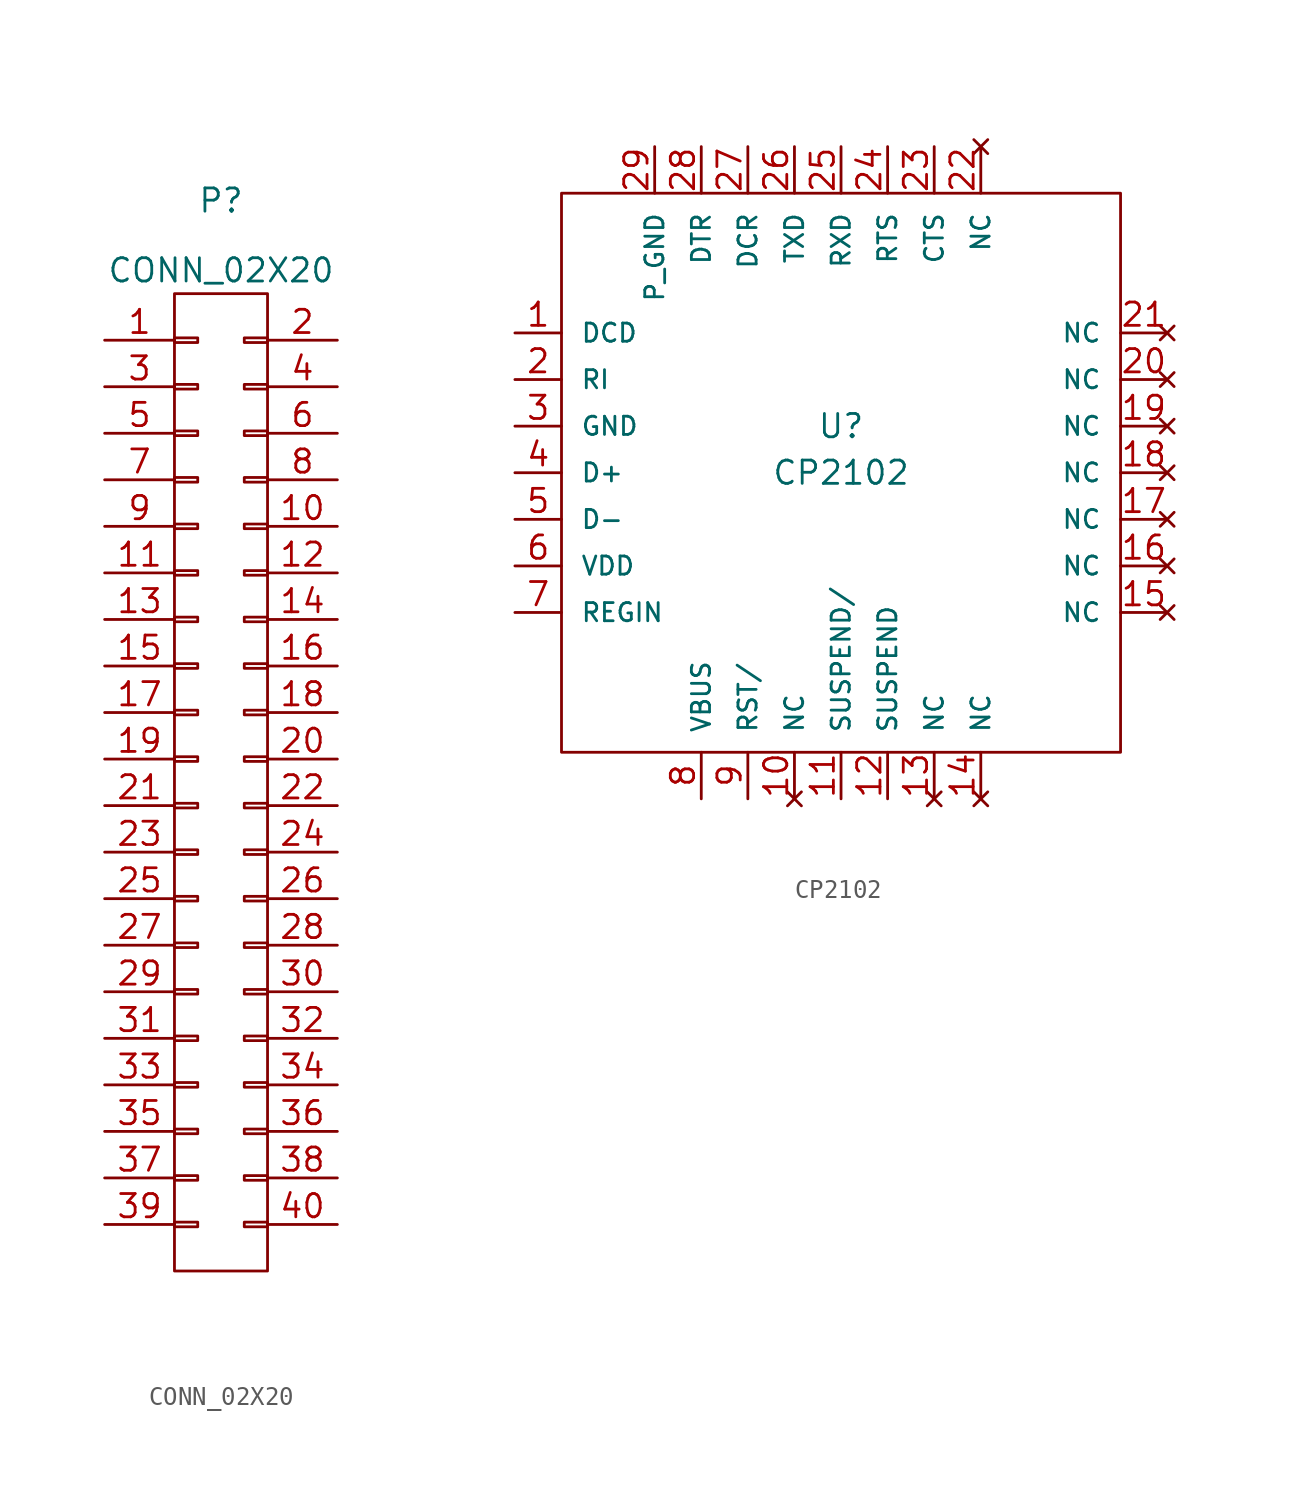
<source format=kicad_sym>
(kicad_symbol_lib
  (version 20211014)
  (generator kicad_symbol_editor)
  (symbol "CONN_02X20"
    (pin_names
      (offset 1.016))
    (property "Reference" "P"
      (at 0 31.75 0)
      (effects (font (size 1.27 1.27))))
    (property "Value" "CONN_02X20"
      (at 0 27.94 0)
      (effects (font (size 1.27 1.27))))
    (symbol "CONN_02X20_1_1"
      (rectangle (start -2.54 -24.003) (end -1.27 -24.257) (stroke (width 0) (type default) (color 0 0 0 0)) (fill (type none)))
      (rectangle (start -2.54 -21.463) (end -1.27 -21.717) (stroke (width 0) (type default) (color 0 0 0 0)) (fill (type none)))
      (rectangle (start -2.54 -18.923) (end -1.27 -19.177) (stroke (width 0) (type default) (color 0 0 0 0)) (fill (type none)))
      (rectangle (start -2.54 -16.383) (end -1.27 -16.637) (stroke (width 0) (type default) (color 0 0 0 0)) (fill (type none)))
      (rectangle (start -2.54 -13.843) (end -1.27 -14.097) (stroke (width 0) (type default) (color 0 0 0 0)) (fill (type none)))
      (rectangle (start -2.54 -11.303) (end -1.27 -11.557) (stroke (width 0) (type default) (color 0 0 0 0)) (fill (type none)))
      (rectangle (start -2.54 -8.763) (end -1.27 -9.017) (stroke (width 0) (type default) (color 0 0 0 0)) (fill (type none)))
      (rectangle (start -2.54 -6.223) (end -1.27 -6.477) (stroke (width 0) (type default) (color 0 0 0 0)) (fill (type none)))
      (rectangle (start -2.54 -3.683) (end -1.27 -3.937) (stroke (width 0) (type default) (color 0 0 0 0)) (fill (type none)))
      (rectangle (start -2.54 -1.143) (end -1.27 -1.397) (stroke (width 0) (type default) (color 0 0 0 0)) (fill (type none)))
      (rectangle (start -2.54 1.397) (end -1.27 1.143) (stroke (width 0) (type default) (color 0 0 0 0)) (fill (type none)))
      (rectangle (start -2.54 3.937) (end -1.27 3.683) (stroke (width 0) (type default) (color 0 0 0 0)) (fill (type none)))
      (rectangle (start -2.54 6.477) (end -1.27 6.223) (stroke (width 0) (type default) (color 0 0 0 0)) (fill (type none)))
      (rectangle (start -2.54 9.017) (end -1.27 8.763) (stroke (width 0) (type default) (color 0 0 0 0)) (fill (type none)))
      (rectangle (start -2.54 11.557) (end -1.27 11.303) (stroke (width 0) (type default) (color 0 0 0 0)) (fill (type none)))
      (rectangle (start -2.54 14.097) (end -1.27 13.843) (stroke (width 0) (type default) (color 0 0 0 0)) (fill (type none)))
      (rectangle (start -2.54 16.637) (end -1.27 16.383) (stroke (width 0) (type default) (color 0 0 0 0)) (fill (type none)))
      (rectangle (start -2.54 19.177) (end -1.27 18.923) (stroke (width 0) (type default) (color 0 0 0 0)) (fill (type none)))
      (rectangle (start -2.54 21.717) (end -1.27 21.463) (stroke (width 0) (type default) (color 0 0 0 0)) (fill (type none)))
      (rectangle (start -2.54 24.257) (end -1.27 24.003) (stroke (width 0) (type default) (color 0 0 0 0)) (fill (type none)))
      (rectangle (start -2.54 26.67) (end 2.54 -26.67) (stroke (width 0) (type default) (color 0 0 0 0)) (fill (type none)))
      (rectangle (start 1.27 14.097) (end 2.54 13.843) (stroke (width 0) (type default) (color 0 0 0 0)) (fill (type none)))
      (rectangle (start 1.27 16.637) (end 2.54 16.383) (stroke (width 0) (type default) (color 0 0 0 0)) (fill (type none)))
      (rectangle (start 1.27 19.177) (end 2.54 18.923) (stroke (width 0) (type default) (color 0 0 0 0)) (fill (type none)))
      (rectangle (start 1.27 21.717) (end 2.54 21.463) (stroke (width 0) (type default) (color 0 0 0 0)) (fill (type none)))
      (rectangle (start 1.27 24.257) (end 2.54 24.003) (stroke (width 0) (type default) (color 0 0 0 0)) (fill (type none)))
      (rectangle (start 2.54 -24.257) (end 1.27 -24.003) (stroke (width 0) (type default) (color 0 0 0 0)) (fill (type none)))
      (rectangle (start 2.54 -21.717) (end 1.27 -21.463) (stroke (width 0) (type default) (color 0 0 0 0)) (fill (type none)))
      (rectangle (start 2.54 -19.177) (end 1.27 -18.923) (stroke (width 0) (type default) (color 0 0 0 0)) (fill (type none)))
      (rectangle (start 2.54 -16.637) (end 1.27 -16.383) (stroke (width 0) (type default) (color 0 0 0 0)) (fill (type none)))
      (rectangle (start 2.54 -14.097) (end 1.27 -13.843) (stroke (width 0) (type default) (color 0 0 0 0)) (fill (type none)))
      (rectangle (start 2.54 -11.557) (end 1.27 -11.303) (stroke (width 0) (type default) (color 0 0 0 0)) (fill (type none)))
      (rectangle (start 2.54 -9.017) (end 1.27 -8.763) (stroke (width 0) (type default) (color 0 0 0 0)) (fill (type none)))
      (rectangle (start 2.54 -6.477) (end 1.27 -6.223) (stroke (width 0) (type default) (color 0 0 0 0)) (fill (type none)))
      (rectangle (start 2.54 -3.937) (end 1.27 -3.683) (stroke (width 0) (type default) (color 0 0 0 0)) (fill (type none)))
      (rectangle (start 2.54 -1.397) (end 1.27 -1.143) (stroke (width 0) (type default) (color 0 0 0 0)) (fill (type none)))
      (rectangle (start 2.54 1.143) (end 1.27 1.397) (stroke (width 0) (type default) (color 0 0 0 0)) (fill (type none)))
      (rectangle (start 2.54 3.683) (end 1.27 3.937) (stroke (width 0) (type default) (color 0 0 0 0)) (fill (type none)))
      (rectangle (start 2.54 6.223) (end 1.27 6.477) (stroke (width 0) (type default) (color 0 0 0 0)) (fill (type none)))
      (rectangle (start 2.54 8.763) (end 1.27 9.017) (stroke (width 0) (type default) (color 0 0 0 0)) (fill (type none)))
      (rectangle (start 2.54 11.303) (end 1.27 11.557) (stroke (width 0) (type default) (color 0 0 0 0)) (fill (type none)))
      (pin passive line (at -6.35 24.13 0) (length 3.81) (name "~" (effects (font (size 1.27 1.27)))) (number "1" (effects (font (size 1.27 1.27)))))
      (pin passive line (at 6.35 13.97 180) (length 3.81) (name "~" (effects (font (size 1.27 1.27)))) (number "10" (effects (font (size 1.27 1.27)))))
      (pin passive line (at -6.35 11.43 0) (length 3.81) (name "~" (effects (font (size 1.27 1.27)))) (number "11" (effects (font (size 1.27 1.27)))))
      (pin passive line (at 6.35 11.43 180) (length 3.81) (name "~" (effects (font (size 1.27 1.27)))) (number "12" (effects (font (size 1.27 1.27)))))
      (pin passive line (at -6.35 8.89 0) (length 3.81) (name "~" (effects (font (size 1.27 1.27)))) (number "13" (effects (font (size 1.27 1.27)))))
      (pin passive line (at 6.35 8.89 180) (length 3.81) (name "~" (effects (font (size 1.27 1.27)))) (number "14" (effects (font (size 1.27 1.27)))))
      (pin passive line (at -6.35 6.35 0) (length 3.81) (name "~" (effects (font (size 1.27 1.27)))) (number "15" (effects (font (size 1.27 1.27)))))
      (pin passive line (at 6.35 6.35 180) (length 3.81) (name "~" (effects (font (size 1.27 1.27)))) (number "16" (effects (font (size 1.27 1.27)))))
      (pin passive line (at -6.35 3.81 0) (length 3.81) (name "~" (effects (font (size 1.27 1.27)))) (number "17" (effects (font (size 1.27 1.27)))))
      (pin passive line (at 6.35 3.81 180) (length 3.81) (name "~" (effects (font (size 1.27 1.27)))) (number "18" (effects (font (size 1.27 1.27)))))
      (pin passive line (at -6.35 1.27 0) (length 3.81) (name "~" (effects (font (size 1.27 1.27)))) (number "19" (effects (font (size 1.27 1.27)))))
      (pin passive line (at 6.35 24.13 180) (length 3.81) (name "~" (effects (font (size 1.27 1.27)))) (number "2" (effects (font (size 1.27 1.27)))))
      (pin passive line (at 6.35 1.27 180) (length 3.81) (name "~" (effects (font (size 1.27 1.27)))) (number "20" (effects (font (size 1.27 1.27)))))
      (pin passive line (at -6.35 -1.27 0) (length 3.81) (name "~" (effects (font (size 1.27 1.27)))) (number "21" (effects (font (size 1.27 1.27)))))
      (pin passive line (at 6.35 -1.27 180) (length 3.81) (name "~" (effects (font (size 1.27 1.27)))) (number "22" (effects (font (size 1.27 1.27)))))
      (pin passive line (at -6.35 -3.81 0) (length 3.81) (name "~" (effects (font (size 1.27 1.27)))) (number "23" (effects (font (size 1.27 1.27)))))
      (pin passive line (at 6.35 -3.81 180) (length 3.81) (name "~" (effects (font (size 1.27 1.27)))) (number "24" (effects (font (size 1.27 1.27)))))
      (pin passive line (at -6.35 -6.35 0) (length 3.81) (name "~" (effects (font (size 1.27 1.27)))) (number "25" (effects (font (size 1.27 1.27)))))
      (pin passive line (at 6.35 -6.35 180) (length 3.81) (name "~" (effects (font (size 1.27 1.27)))) (number "26" (effects (font (size 1.27 1.27)))))
      (pin passive line (at -6.35 -8.89 0) (length 3.81) (name "~" (effects (font (size 1.27 1.27)))) (number "27" (effects (font (size 1.27 1.27)))))
      (pin passive line (at 6.35 -8.89 180) (length 3.81) (name "~" (effects (font (size 1.27 1.27)))) (number "28" (effects (font (size 1.27 1.27)))))
      (pin passive line (at -6.35 -11.43 0) (length 3.81) (name "~" (effects (font (size 1.27 1.27)))) (number "29" (effects (font (size 1.27 1.27)))))
      (pin passive line (at -6.35 21.59 0) (length 3.81) (name "~" (effects (font (size 1.27 1.27)))) (number "3" (effects (font (size 1.27 1.27)))))
      (pin passive line (at 6.35 -11.43 180) (length 3.81) (name "~" (effects (font (size 1.27 1.27)))) (number "30" (effects (font (size 1.27 1.27)))))
      (pin passive line (at -6.35 -13.97 0) (length 3.81) (name "~" (effects (font (size 1.27 1.27)))) (number "31" (effects (font (size 1.27 1.27)))))
      (pin passive line (at 6.35 -13.97 180) (length 3.81) (name "~" (effects (font (size 1.27 1.27)))) (number "32" (effects (font (size 1.27 1.27)))))
      (pin passive line (at -6.35 -16.51 0) (length 3.81) (name "~" (effects (font (size 1.27 1.27)))) (number "33" (effects (font (size 1.27 1.27)))))
      (pin passive line (at 6.35 -16.51 180) (length 3.81) (name "~" (effects (font (size 1.27 1.27)))) (number "34" (effects (font (size 1.27 1.27)))))
      (pin passive line (at -6.35 -19.05 0) (length 3.81) (name "~" (effects (font (size 1.27 1.27)))) (number "35" (effects (font (size 1.27 1.27)))))
      (pin passive line (at 6.35 -19.05 180) (length 3.81) (name "~" (effects (font (size 1.27 1.27)))) (number "36" (effects (font (size 1.27 1.27)))))
      (pin passive line (at -6.35 -21.59 0) (length 3.81) (name "~" (effects (font (size 1.27 1.27)))) (number "37" (effects (font (size 1.27 1.27)))))
      (pin passive line (at 6.35 -21.59 180) (length 3.81) (name "~" (effects (font (size 1.27 1.27)))) (number "38" (effects (font (size 1.27 1.27)))))
      (pin passive line (at -6.35 -24.13 0) (length 3.81) (name "~" (effects (font (size 1.27 1.27)))) (number "39" (effects (font (size 1.27 1.27)))))
      (pin passive line (at 6.35 21.59 180) (length 3.81) (name "~" (effects (font (size 1.27 1.27)))) (number "4" (effects (font (size 1.27 1.27)))))
      (pin passive line (at 6.35 -24.13 180) (length 3.81) (name "~" (effects (font (size 1.27 1.27)))) (number "40" (effects (font (size 1.27 1.27)))))
      (pin passive line (at -6.35 19.05 0) (length 3.81) (name "~" (effects (font (size 1.27 1.27)))) (number "5" (effects (font (size 1.27 1.27)))))
      (pin passive line (at 6.35 19.05 180) (length 3.81) (name "~" (effects (font (size 1.27 1.27)))) (number "6" (effects (font (size 1.27 1.27)))))
      (pin passive line (at -6.35 16.51 0) (length 3.81) (name "~" (effects (font (size 1.27 1.27)))) (number "7" (effects (font (size 1.27 1.27)))))
      (pin passive line (at 6.35 16.51 180) (length 3.81) (name "~" (effects (font (size 1.27 1.27)))) (number "8" (effects (font (size 1.27 1.27)))))
      (pin passive line (at -6.35 13.97 0) (length 3.81) (name "~" (effects (font (size 1.27 1.27)))) (number "9" (effects (font (size 1.27 1.27)))))))
  (symbol "CP2102"
    (pin_names
      (offset 1.016))
    (property "Reference" "U"
      (at 0 2.54 0)
      (effects (font (size 1.27 1.27))))
    (property "Value" "CP2102"
      (at 0 0 0)
      (effects (font (size 1.27 1.27))))
    (symbol "CP2102_0_1"
      (rectangle (start -15.24 15.24) (end 15.24 -15.24) (stroke (width 0) (type default) (color 0 0 0 0)) (fill (type none))))
    (symbol "CP2102_1_1"
      (pin bidirectional line (at -17.78 7.62 0) (length 2.54) (name "DCD" (effects (font (size 0.991 0.991)))) (number "1" (effects (font (size 1.27 1.27)))))
      (pin no_connect line (at -2.54 -17.78 90) (length 2.54) (name "NC" (effects (font (size 0.991 0.991)))) (number "10" (effects (font (size 1.27 1.27)))))
      (pin bidirectional line (at 0 -17.78 90) (length 2.54) (name "SUSPEND/" (effects (font (size 0.991 0.991)))) (number "11" (effects (font (size 1.27 1.27)))))
      (pin bidirectional line (at 2.54 -17.78 90) (length 2.54) (name "SUSPEND" (effects (font (size 0.991 0.991)))) (number "12" (effects (font (size 1.27 1.27)))))
      (pin no_connect line (at 5.08 -17.78 90) (length 2.54) (name "NC" (effects (font (size 0.991 0.991)))) (number "13" (effects (font (size 1.27 1.27)))))
      (pin no_connect line (at 7.62 -17.78 90) (length 2.54) (name "NC" (effects (font (size 0.991 0.991)))) (number "14" (effects (font (size 1.27 1.27)))))
      (pin no_connect line (at 17.78 -7.62 180) (length 2.54) (name "NC" (effects (font (size 0.991 0.991)))) (number "15" (effects (font (size 1.27 1.27)))))
      (pin no_connect line (at 17.78 -5.08 180) (length 2.54) (name "NC" (effects (font (size 0.991 0.991)))) (number "16" (effects (font (size 1.27 1.27)))))
      (pin no_connect line (at 17.78 -2.54 180) (length 2.54) (name "NC" (effects (font (size 0.991 0.991)))) (number "17" (effects (font (size 1.27 1.27)))))
      (pin no_connect line (at 17.78 0 180) (length 2.54) (name "NC" (effects (font (size 0.991 0.991)))) (number "18" (effects (font (size 1.27 1.27)))))
      (pin no_connect line (at 17.78 2.54 180) (length 2.54) (name "NC" (effects (font (size 0.991 0.991)))) (number "19" (effects (font (size 1.27 1.27)))))
      (pin bidirectional line (at -17.78 5.08 0) (length 2.54) (name "RI" (effects (font (size 0.991 0.991)))) (number "2" (effects (font (size 1.27 1.27)))))
      (pin no_connect line (at 17.78 5.08 180) (length 2.54) (name "NC" (effects (font (size 0.991 0.991)))) (number "20" (effects (font (size 1.27 1.27)))))
      (pin no_connect line (at 17.78 7.62 180) (length 2.54) (name "NC" (effects (font (size 0.991 0.991)))) (number "21" (effects (font (size 1.27 1.27)))))
      (pin no_connect line (at 7.62 17.78 270) (length 2.54) (name "NC" (effects (font (size 0.991 0.991)))) (number "22" (effects (font (size 1.27 1.27)))))
      (pin bidirectional line (at 5.08 17.78 270) (length 2.54) (name "CTS" (effects (font (size 0.991 0.991)))) (number "23" (effects (font (size 1.27 1.27)))))
      (pin bidirectional line (at 2.54 17.78 270) (length 2.54) (name "RTS" (effects (font (size 0.991 0.991)))) (number "24" (effects (font (size 1.27 1.27)))))
      (pin bidirectional line (at 0 17.78 270) (length 2.54) (name "RXD" (effects (font (size 0.991 0.991)))) (number "25" (effects (font (size 1.27 1.27)))))
      (pin bidirectional line (at -2.54 17.78 270) (length 2.54) (name "TXD" (effects (font (size 0.991 0.991)))) (number "26" (effects (font (size 1.27 1.27)))))
      (pin bidirectional line (at -5.08 17.78 270) (length 2.54) (name "DCR" (effects (font (size 0.991 0.991)))) (number "27" (effects (font (size 1.27 1.27)))))
      (pin bidirectional line (at -7.62 17.78 270) (length 2.54) (name "DTR" (effects (font (size 0.991 0.991)))) (number "28" (effects (font (size 1.27 1.27)))))
      (pin bidirectional line (at -10.16 17.78 270) (length 2.54) (name "P_GND" (effects (font (size 0.991 0.991)))) (number "29" (effects (font (size 1.27 1.27)))))
      (pin bidirectional line (at -17.78 2.54 0) (length 2.54) (name "GND" (effects (font (size 0.991 0.991)))) (number "3" (effects (font (size 1.27 1.27)))))
      (pin bidirectional line (at -17.78 0 0) (length 2.54) (name "D+" (effects (font (size 0.991 0.991)))) (number "4" (effects (font (size 1.27 1.27)))))
      (pin bidirectional line (at -17.78 -2.54 0) (length 2.54) (name "D-" (effects (font (size 0.991 0.991)))) (number "5" (effects (font (size 1.27 1.27)))))
      (pin bidirectional line (at -17.78 -5.08 0) (length 2.54) (name "VDD" (effects (font (size 0.991 0.991)))) (number "6" (effects (font (size 1.27 1.27)))))
      (pin bidirectional line (at -17.78 -7.62 0) (length 2.54) (name "REGIN" (effects (font (size 0.991 0.991)))) (number "7" (effects (font (size 1.27 1.27)))))
      (pin bidirectional line (at -7.62 -17.78 90) (length 2.54) (name "VBUS" (effects (font (size 0.991 0.991)))) (number "8" (effects (font (size 1.27 1.27)))))
      (pin bidirectional line (at -5.08 -17.78 90) (length 2.54) (name "RST/" (effects (font (size 0.991 0.991)))) (number "9" (effects (font (size 1.27 1.27))))))))
</source>
